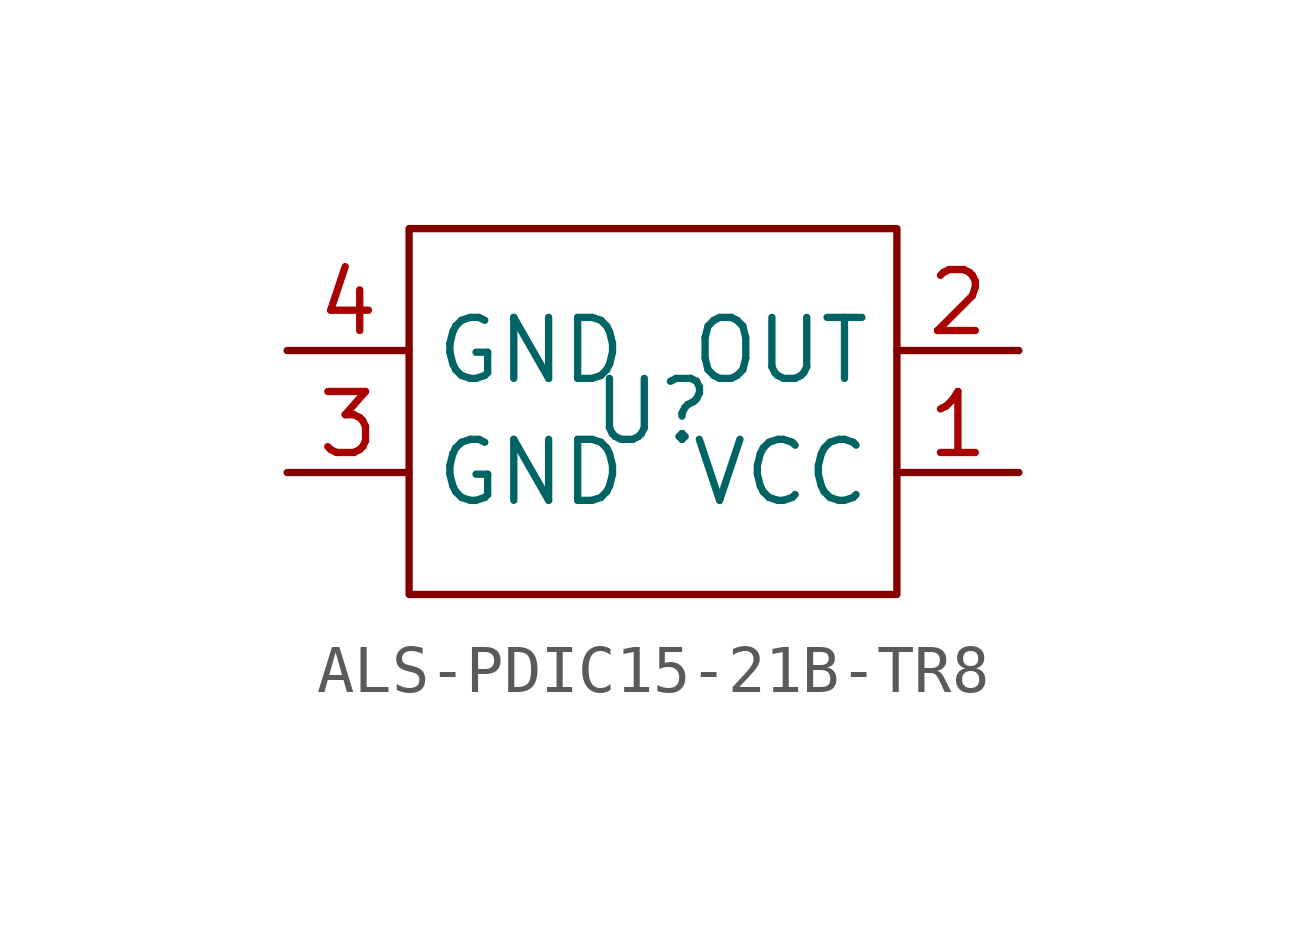
<source format=kicad_sym>
(kicad_symbol_lib
  (version 20220914)
  (generator kicad_symbol_editor)
  (symbol "ALS-PDIC15-21B-TR8"
    (property "Reference" "U"
      (at 0 0 0)
      (effects (font (size 1.27 1.27))))
    (property "Value" ""
      (at 3.81 0 0)
      (effects (font (size 1.27 1.27))))
    (symbol "ALS-PDIC15-21B-TR8_0_1"
      (rectangle (start -5.08 3.81) (end 5.08 -3.81) (stroke (width 0) (type default)) (fill (type none))))
    (symbol "ALS-PDIC15-21B-TR8_1_1"
      (pin input line (at 7.62 -1.27 180) (length 2.54) (name "VCC" (effects (font (size 1.27 1.27)))) (number "1" (effects (font (size 1.27 1.27)))))
      (pin output line (at 7.62 1.27 180) (length 2.54) (name "OUT" (effects (font (size 1.27 1.27)))) (number "2" (effects (font (size 1.27 1.27)))))
      (pin input line (at -7.62 -1.27 0) (length 2.54) (name "GND" (effects (font (size 1.27 1.27)))) (number "3" (effects (font (size 1.27 1.27)))))
      (pin input line (at -7.62 1.27 0) (length 2.54) (name "GND" (effects (font (size 1.27 1.27)))) (number "4" (effects (font (size 1.27 1.27))))))))
</source>
